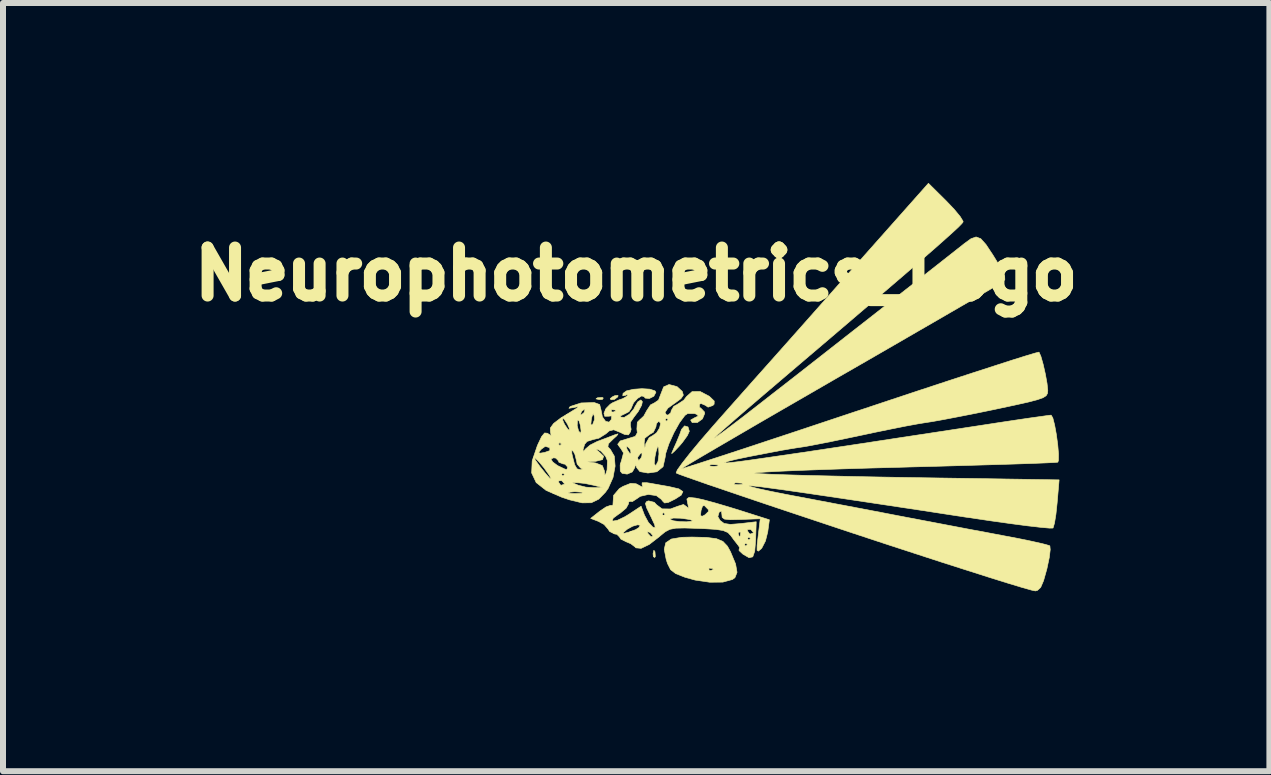
<source format=kicad_pcb>
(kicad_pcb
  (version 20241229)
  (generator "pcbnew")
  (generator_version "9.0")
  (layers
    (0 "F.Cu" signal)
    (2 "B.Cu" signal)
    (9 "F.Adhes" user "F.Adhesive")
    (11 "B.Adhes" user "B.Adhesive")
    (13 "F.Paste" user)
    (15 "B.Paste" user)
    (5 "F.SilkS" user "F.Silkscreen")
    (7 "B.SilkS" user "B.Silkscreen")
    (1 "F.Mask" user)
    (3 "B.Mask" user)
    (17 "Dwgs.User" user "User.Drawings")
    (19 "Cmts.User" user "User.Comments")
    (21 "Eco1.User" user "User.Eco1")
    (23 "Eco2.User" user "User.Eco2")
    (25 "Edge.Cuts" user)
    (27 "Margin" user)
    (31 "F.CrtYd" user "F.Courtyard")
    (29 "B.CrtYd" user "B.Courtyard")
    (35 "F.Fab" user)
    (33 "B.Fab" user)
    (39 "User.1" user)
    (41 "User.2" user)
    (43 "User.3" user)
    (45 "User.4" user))
  (footprint "Neurophotometrics_Logo"
    (layer "F.Cu")
    (at 9.203 3.716)
    (property "Reference" "Neurophotometrics_Logo" (at -1.65 -2.2 0) (layer "F.SilkS") (effects (font (size 0.8 0.8) (thickness 0.2))))
    (attr through_hole)
    (fp_poly (pts (xy -2.198 -0.132) (xy -2.213 -0.109) (xy -2.265 -0.106) (xy -2.319 -0.118) (xy -2.296 -0.136) (xy -2.216 -0.142) (xy -2.198 -0.132)) (stroke (width 0.01) (type solid)) (fill yes) (layer "F.SilkS"))
    (fp_poly (pts (xy -1.337 2.429) (xy -1.331 2.508) (xy -1.341 2.526) (xy -1.364 2.511) (xy -1.368 2.46) (xy -1.355 2.405) (xy -1.337 2.429)) (stroke (width 0.01) (type solid)) (fill yes) (layer "F.SilkS"))
    (fp_poly (pts (xy -1.956 -0.152) (xy -2.01 -0.11) (xy -2.069 -0.103) (xy -2.083 -0.122) (xy -2.043 -0.154) (xy -2.004 -0.172) (xy -1.952 -0.175) (xy -1.956 -0.152)) (stroke (width 0.01) (type solid)) (fill yes) (layer "F.SilkS"))
    (fp_poly (pts (xy -0.786 0.35) (xy -0.764 0.422) (xy -0.797 0.494) (xy -0.877 0.605) (xy -0.923 0.66) (xy -1.01 0.753) (xy -1.056 0.794) (xy -1.058 0.787) (xy -1.023 0.705) (xy -0.98 0.61) (xy -0.925 0.477) (xy -0.894 0.39) (xy -0.843 0.332) (xy -0.786 0.35)) (stroke (width 0.01) (type solid)) (fill yes) (layer "F.SilkS"))
    (fp_poly (pts (xy -0.477 2.191) (xy -0.313 2.212) (xy -0.204 2.258) (xy -0.129 2.337) (xy -0.078 2.43) (xy 0.007 2.634) (xy 0.031 2.773) (xy -0.004 2.862) (xy -0.047 2.893) (xy -0.206 2.936) (xy -0.424 2.938) (xy -0.668 2.902) (xy -0.837 2.855) (xy -0.99 2.795) (xy -1.076 2.729) (xy -1.086 2.709) (xy -0.44 2.709) (xy -0.433 2.74) (xy -0.406 2.743) (xy -0.365 2.725) (xy -0.373 2.709) (xy -0.433 2.703) (xy -0.44 2.709) (xy -1.086 2.709) (xy -1.128 2.626) (xy -1.151 2.553) (xy -1.182 2.389) (xy -1.157 2.281) (xy -1.064 2.218) (xy -0.891 2.189) (xy -0.72 2.185) (xy -0.477 2.191)) (stroke (width 0.01) (type solid)) (fill yes) (layer "F.SilkS"))
    (fp_poly (pts (xy -0.969 -0.322) (xy -0.881 -0.241) (xy -0.864 -0.18) (xy -0.904 -0.122) (xy -1.002 -0.049) (xy -1.016 -0.04) (xy -1.122 0.037) (xy -1.169 0.107) (xy -1.147 0.148) (xy -1.118 0.152) (xy -1.072 0.112) (xy -1.067 0.08) (xy -1.024 0.007) (xy -0.965 -0.025) (xy -0.857 -0.096) (xy -0.811 -0.156) (xy -0.718 -0.239) (xy -0.584 -0.241) (xy -0.431 -0.161) (xy -0.428 -0.158) (xy -0.349 -0.082) (xy -0.351 -0.029) (xy -0.373 -0.007) (xy -0.452 0.02) (xy -0.498 -0.011) (xy -0.568 -0.041) (xy -0.596 -0.028) (xy -0.595 0.022) (xy -0.572 0.037) (xy -0.512 0.1) (xy -0.508 0.125) (xy -0.545 0.215) (xy -0.629 0.276) (xy -0.715 0.277) (xy -0.718 0.275) (xy -0.742 0.235) (xy -0.682 0.2) (xy -0.614 0.168) (xy -0.639 0.141) (xy -0.677 0.126) (xy -0.792 0.126) (xy -0.838 0.158) (xy -0.927 0.278) (xy -1.022 0.448) (xy -1.104 0.63) (xy -1.157 0.789) (xy -1.168 0.861) (xy -1.202 1.013) (xy -1.306 1.097) (xy -1.454 1.118) (xy -1.588 1.094) (xy -1.641 1.029) (xy -1.661 0.971) (xy -1.67 1.011) (xy -1.671 1.023) (xy -1.714 1.099) (xy -1.8 1.136) (xy -1.884 1.123) (xy -1.915 1.085) (xy -1.917 0.984) (xy -1.912 0.965) (xy -1.349 0.965) (xy -1.324 0.992) (xy -1.32 0.99) (xy -1.285 0.922) (xy -1.27 0.802) (xy -1.27 0.801) (xy -1.276 0.689) (xy -1.293 0.677) (xy -1.32 0.764) (xy -1.338 0.853) (xy -1.349 0.965) (xy -1.912 0.965) (xy -1.889 0.89) (xy -1.883 0.867) (xy -1.626 0.867) (xy -1.609 0.913) (xy -1.572 0.872) (xy -1.555 0.836) (xy -1.552 0.783) (xy -1.575 0.788) (xy -1.624 0.853) (xy -1.626 0.867) (xy -1.883 0.867) (xy -1.861 0.783) (xy -1.905 0.711) (xy -1.907 0.709) (xy -1.939 0.666) (xy -1.814 0.666) (xy -1.804 0.716) (xy -1.8 0.726) (xy -1.76 0.788) (xy -1.737 0.789) (xy -1.743 0.735) (xy -1.772 0.698) (xy -1.814 0.666) (xy -1.939 0.666) (xy -1.958 0.638) (xy -1.942 0.618) (xy -1.517 0.618) (xy -1.51 0.698) (xy -1.5 0.68) (xy -1.489 0.627) (xy -1.434 0.529) (xy -1.376 0.495) (xy -1.31 0.448) (xy -1.26 0.367) (xy -1.242 0.29) (xy -1.272 0.254) (xy -1.275 0.254) (xy -1.313 0.296) (xy -1.321 0.35) (xy -1.364 0.439) (xy -1.422 0.472) (xy -1.505 0.536) (xy -1.517 0.618) (xy -1.942 0.618) (xy -1.915 0.583) (xy -1.774 0.54) (xy -1.773 0.54) (xy -1.664 0.506) (xy -1.631 0.446) (xy -1.638 0.384) (xy -1.631 0.272) (xy -1.592 0.232) (xy -1.588 0.229) (xy -1.168 0.229) (xy -1.143 0.254) (xy -1.118 0.229) (xy -1.143 0.203) (xy -1.168 0.229) (xy -1.588 0.229) (xy -1.523 0.168) (xy -1.474 0.078) (xy -1.411 -0.018) (xy -1.346 -0.051) (xy -1.278 -0.097) (xy -1.237 -0.203) (xy -1.192 -0.318) (xy -1.108 -0.355) (xy -1.096 -0.356) (xy -0.969 -0.322)) (stroke (width 0.01) (type solid)) (fill yes) (layer "F.SilkS"))
    (fp_poly (pts (xy -1.417 1.288) (xy -1.25 1.318) (xy -1.105 1.343) (xy -0.938 1.382) (xy -0.871 1.428) (xy -0.9 1.487) (xy -0.996 1.549) (xy -1.114 1.608) (xy -1.177 1.617) (xy -1.216 1.578) (xy -1.226 1.56) (xy -1.314 1.494) (xy -1.448 1.475) (xy -1.581 1.506) (xy -1.641 1.547) (xy -1.714 1.594) (xy -1.747 1.589) (xy -1.774 1.6) (xy -1.778 1.632) (xy -1.818 1.704) (xy -1.917 1.787) (xy -1.941 1.802) (xy -2.032 1.869) (xy -2.05 1.913) (xy -2.04 1.919) (xy -1.963 1.906) (xy -1.84 1.847) (xy -1.772 1.806) (xy -1.568 1.671) (xy -1.512 1.819) (xy -1.446 1.942) (xy -1.373 2.019) (xy -1.333 2.031) (xy -1.341 1.981) (xy -1.387 1.883) (xy -1.085 1.883) (xy -1.085 1.891) (xy -1.029 1.914) (xy -0.923 1.928) (xy -0.808 1.931) (xy -0.726 1.922) (xy -0.711 1.91) (xy -0.756 1.893) (xy -0.868 1.876) (xy -0.91 1.871) (xy -1.029 1.868) (xy -1.085 1.883) (xy -1.387 1.883) (xy -1.398 1.858) (xy -1.409 1.836) (xy -1.412 1.831) (xy -0.578 1.831) (xy -0.543 1.837) (xy -0.502 1.814) (xy -0.444 1.758) (xy -0.446 1.729) (xy -0.509 1.664) (xy -0.513 1.659) (xy -0.544 1.668) (xy -0.569 1.743) (xy -0.578 1.831) (xy -1.412 1.831) (xy -1.425 1.803) (xy -1.219 1.803) (xy -1.194 1.829) (xy -1.168 1.803) (xy -1.194 1.778) (xy -1.219 1.803) (xy -1.425 1.803) (xy -1.476 1.697) (xy -1.496 1.624) (xy -1.473 1.591) (xy -1.442 1.582) (xy -1.348 1.606) (xy -1.311 1.646) (xy -1.219 1.715) (xy -1.079 1.717) (xy -0.955 1.671) (xy -0.861 1.642) (xy -0.803 1.684) (xy -0.776 1.707) (xy -0.788 1.637) (xy -0.79 1.631) (xy -0.805 1.551) (xy -0.77 1.524) (xy -0.662 1.535) (xy -0.65 1.537) (xy -0.528 1.564) (xy -0.339 1.615) (xy -0.112 1.682) (xy 0.048 1.731) (xy 0.57 1.897) (xy 0.543 2.098) (xy 0.505 2.25) (xy 0.445 2.367) (xy 0.432 2.382) (xy 0.386 2.42) (xy 0.365 2.405) (xy 0.366 2.322) (xy 0.383 2.172) (xy 0.418 1.88) (xy 0.095 1.892) (xy -0.081 1.896) (xy -0.178 1.886) (xy -0.217 1.857) (xy -0.221 1.811) (xy -0.229 1.75) (xy -0.267 1.77) (xy -0.289 1.844) (xy -0.251 1.909) (xy -0.185 1.958) (xy -0.081 1.974) (xy 0.085 1.961) (xy 0.351 1.93) (xy 0.341 2.235) (xy 0.326 2.421) (xy 0.293 2.515) (xy 0.231 2.529) (xy 0.131 2.471) (xy 0.124 2.465) (xy 0.064 2.409) (xy 0.066 2.389) (xy 0.074 2.358) (xy 0.051 2.324) (xy 0.041 2.311) (xy 0.152 2.311) (xy 0.178 2.337) (xy 0.203 2.311) (xy 0.178 2.286) (xy 0.152 2.311) (xy 0.041 2.311) (xy -0.022 2.231) (xy -0.037 2.21) (xy 0.203 2.21) (xy 0.229 2.235) (xy 0.254 2.21) (xy 0.229 2.184) (xy 0.203 2.21) (xy -0.037 2.21) (xy -0.074 2.159) (xy -0.098 2.134) (xy 0.051 2.134) (xy 0.069 2.175) (xy 0.085 2.167) (xy 0.091 2.107) (xy 0.085 2.1) (xy 0.054 2.107) (xy 0.051 2.134) (xy -0.098 2.134) (xy -0.121 2.11) (xy -0.191 2.08) (xy 0.203 2.08) (xy 0.24 2.132) (xy 0.254 2.134) (xy 0.303 2.116) (xy 0.305 2.111) (xy 0.269 2.068) (xy 0.254 2.057) (xy 0.207 2.061) (xy 0.203 2.08) (xy -0.191 2.08) (xy -0.196 2.077) (xy -0.321 2.057) (xy -0.516 2.045) (xy -0.618 2.041) (xy -0.841 2.034) (xy -0.989 2.037) (xy -1.088 2.056) (xy -1.165 2.096) (xy -1.246 2.162) (xy -1.266 2.18) (xy -1.433 2.309) (xy -1.567 2.373) (xy -1.655 2.365) (xy -1.67 2.349) (xy -1.74 2.296) (xy -1.816 2.264) (xy -1.905 2.219) (xy -1.93 2.181) (xy -1.972 2.139) (xy -2.008 2.134) (xy -2.045 2.116) (xy -1.871 2.116) (xy -1.85 2.123) (xy -1.778 2.105) (xy -1.757 2.097) (xy -1.465 2.097) (xy -1.453 2.126) (xy -1.402 2.18) (xy -1.372 2.169) (xy -1.372 2.162) (xy -1.408 2.119) (xy -1.43 2.103) (xy -1.465 2.097) (xy -1.757 2.097) (xy -1.662 2.063) (xy -1.603 2.026) (xy -1.583 1.987) (xy -1.628 1.981) (xy -1.708 2.004) (xy -1.794 2.051) (xy -1.806 2.06) (xy -1.871 2.116) (xy -2.045 2.116) (xy -2.092 2.092) (xy -2.117 2.054) (xy -2.184 1.976) (xy -2.278 1.924) (xy -2.408 1.874) (xy -2.258 1.755) (xy -2.152 1.683) (xy -2.078 1.657) (xy -2.069 1.66) (xy -2.036 1.652) (xy -2.037 1.642) (xy -2.027 1.491) (xy -1.931 1.378) (xy -1.87 1.341) (xy -1.743 1.29) (xy -1.651 1.297) (xy -1.611 1.318) (xy -1.544 1.354) (xy -1.546 1.327) (xy -1.551 1.318) (xy -1.551 1.28) (xy -1.473 1.279) (xy -1.417 1.288)) (stroke (width 0.01) (type solid)) (fill yes) (layer "F.SilkS"))
    (fp_poly (pts (xy 3.517 -3.418) (xy 3.652 -3.276) (xy 3.751 -3.156) (xy 3.797 -3.08) (xy 3.799 -3.068) (xy 3.78 -3.042) (xy 3.728 -2.988) (xy 3.638 -2.904) (xy 3.506 -2.785) (xy 3.329 -2.628) (xy 3.101 -2.43) (xy 2.819 -2.186) (xy 2.477 -1.893) (xy 2.073 -1.548) (xy 1.601 -1.145) (xy 1.058 -0.683) (xy 0.8 -0.463) (xy 0.51 -0.216) (xy 0.246 0.01) (xy 0.019 0.206) (xy -0.163 0.365) (xy -0.289 0.476) (xy -0.351 0.534) (xy -0.356 0.539) (xy -0.318 0.517) (xy -0.215 0.443) (xy -0.06 0.327) (xy 0.133 0.18) (xy 0.216 0.115) (xy 0.404 -0.031) (xy 0.647 -0.221) (xy 0.934 -0.444) (xy 1.252 -0.693) (xy 1.593 -0.96) (xy 1.944 -1.235) (xy 2.296 -1.51) (xy 2.636 -1.777) (xy 2.955 -2.026) (xy 3.241 -2.251) (xy 3.484 -2.442) (xy 3.672 -2.59) (xy 3.795 -2.687) (xy 3.821 -2.708) (xy 3.93 -2.787) (xy 4.015 -2.817) (xy 4.093 -2.788) (xy 4.18 -2.691) (xy 4.294 -2.519) (xy 4.352 -2.425) (xy 4.447 -2.262) (xy 4.492 -2.163) (xy 4.494 -2.105) (xy 4.459 -2.066) (xy 4.454 -2.063) (xy 4.395 -2.028) (xy 4.257 -1.947) (xy 4.047 -1.824) (xy 3.772 -1.665) (xy 3.441 -1.473) (xy 3.062 -1.254) (xy 2.642 -1.011) (xy 2.19 -0.75) (xy 1.729 -0.485) (xy 1.257 -0.212) (xy 0.812 0.045) (xy 0.401 0.283) (xy 0.034 0.497) (xy -0.283 0.682) (xy -0.543 0.834) (xy -0.737 0.949) (xy -0.858 1.022) (xy -0.898 1.049) (xy -0.898 1.049) (xy -0.85 1.035) (xy -0.74 1.001) (xy -0.425 1.001) (xy -0.356 1.008) (xy -0.283 1) (xy -0.292 0.982) (xy -0.396 0.976) (xy -0.419 0.982) (xy -0.425 1.001) (xy -0.74 1.001) (xy -0.712 0.992) (xy -0.496 0.922) (xy -0.207 0.828) (xy 0.144 0.713) (xy 0.551 0.578) (xy 1.004 0.428) (xy 1.496 0.264) (xy 2.018 0.09) (xy 2.077 0.071) (xy 2.602 -0.104) (xy 3.099 -0.269) (xy 3.558 -0.42) (xy 3.971 -0.555) (xy 4.33 -0.671) (xy 4.627 -0.767) (xy 4.854 -0.838) (xy 5.002 -0.882) (xy 5.063 -0.897) (xy 5.064 -0.897) (xy 5.095 -0.828) (xy 5.133 -0.694) (xy 5.17 -0.531) (xy 5.198 -0.375) (xy 5.21 -0.26) (xy 5.21 -0.255) (xy 5.205 -0.209) (xy 5.183 -0.171) (xy 5.132 -0.138) (xy 5.036 -0.104) (xy 4.883 -0.064) (xy 4.659 -0.014) (xy 4.35 0.052) (xy 4.318 0.059) (xy 4.012 0.122) (xy 3.722 0.179) (xy 3.472 0.227) (xy 3.282 0.261) (xy 3.191 0.275) (xy 3.059 0.296) (xy 2.851 0.334) (xy 2.591 0.386) (xy 2.303 0.445) (xy 2.15 0.478) (xy 1.86 0.539) (xy 1.59 0.595) (xy 1.361 0.64) (xy 1.197 0.671) (xy 1.143 0.68) (xy 1.023 0.698) (xy 0.905 0.717) (xy 0.766 0.741) (xy 0.583 0.776) (xy 0.333 0.824) (xy 0.205 0.849) (xy 0.019 0.888) (xy -0.114 0.921) (xy -0.175 0.944) (xy -0.173 0.95) (xy -0.142 0.95) (xy -0.067 0.943) (xy 0.058 0.928) (xy 0.236 0.904) (xy 0.473 0.87) (xy 0.775 0.826) (xy 1.146 0.772) (xy 1.591 0.705) (xy 2.115 0.626) (xy 2.723 0.533) (xy 3.421 0.427) (xy 4.213 0.306) (xy 4.394 0.278) (xy 4.673 0.236) (xy 4.918 0.2) (xy 5.111 0.173) (xy 5.233 0.156) (xy 5.266 0.153) (xy 5.294 0.199) (xy 5.324 0.316) (xy 5.353 0.475) (xy 5.376 0.646) (xy 5.389 0.8) (xy 5.388 0.907) (xy 5.378 0.937) (xy 5.325 0.942) (xy 5.18 0.949) (xy 4.953 0.958) (xy 4.653 0.968) (xy 4.289 0.979) (xy 3.872 0.991) (xy 3.41 1.004) (xy 2.914 1.017) (xy 2.743 1.022) (xy 2.246 1.035) (xy 1.788 1.049) (xy 1.377 1.063) (xy 1.021 1.076) (xy 0.729 1.089) (xy 0.509 1.101) (xy 0.371 1.111) (xy 0.322 1.119) (xy 0.33 1.122) (xy 0.421 1.13) (xy 0.603 1.139) (xy 0.864 1.148) (xy 1.194 1.158) (xy 1.582 1.167) (xy 2.017 1.177) (xy 2.487 1.186) (xy 2.966 1.194) (xy 5.399 1.232) (xy 5.366 1.617) (xy 5.346 1.806) (xy 5.322 1.953) (xy 5.299 2.031) (xy 5.296 2.035) (xy 5.238 2.036) (xy 5.092 2.023) (xy 4.873 1.998) (xy 4.592 1.961) (xy 4.263 1.915) (xy 3.899 1.861) (xy 3.835 1.852) (xy 3.118 1.742) (xy 2.495 1.648) (xy 1.962 1.568) (xy 1.512 1.501) (xy 1.139 1.446) (xy 0.839 1.403) (xy 0.606 1.371) (xy 0.434 1.348) (xy 0.316 1.335) (xy 0.249 1.33) (xy 0.226 1.332) (xy 0.265 1.348) (xy 0.388 1.379) (xy 0.578 1.42) (xy 0.817 1.468) (xy 0.953 1.494) (xy 1.255 1.551) (xy 1.623 1.621) (xy 2.024 1.697) (xy 2.423 1.773) (xy 2.718 1.83) (xy 3.091 1.901) (xy 3.491 1.977) (xy 3.884 2.052) (xy 4.238 2.118) (xy 4.47 2.162) (xy 4.733 2.212) (xy 4.959 2.259) (xy 5.131 2.298) (xy 5.229 2.325) (xy 5.245 2.332) (xy 5.251 2.395) (xy 5.235 2.527) (xy 5.198 2.703) (xy 5.194 2.72) (xy 5.14 2.912) (xy 5.092 3.024) (xy 5.038 3.074) (xy 5.004 3.083) (xy 4.938 3.069) (xy 4.785 3.026) (xy 4.553 2.956) (xy 4.251 2.862) (xy 3.887 2.746) (xy 3.47 2.613) (xy 3.009 2.463) (xy 2.512 2.301) (xy 1.988 2.128) (xy 1.981 2.126) (xy 1.459 1.952) (xy 0.964 1.787) (xy 0.507 1.634) (xy 0.096 1.495) (xy -0.262 1.373) (xy -0.459 1.306) (xy -0.019 1.306) (xy 0.051 1.313) (xy 0.123 1.305) (xy 0.114 1.287) (xy 0.01 1.28) (xy -0.013 1.287) (xy -0.019 1.306) (xy -0.459 1.306) (xy -0.557 1.272) (xy -0.782 1.193) (xy -0.927 1.141) (xy -0.984 1.117) (xy -0.984 1.117) (xy -0.965 1.068) (xy -0.885 0.956) (xy -0.754 0.789) (xy -0.58 0.579) (xy -0.371 0.337) (xy -0.222 0.168) (xy 0.006 -0.089) (xy 0.287 -0.406) (xy 0.607 -0.765) (xy 0.951 -1.152) (xy 1.304 -1.55) (xy 1.652 -1.943) (xy 1.902 -2.225) (xy 3.221 -3.711) (xy 3.517 -3.418)) (stroke (width 0.01) (type solid)) (fill yes) (layer "F.SilkS"))
    (fp_poly (pts (xy -1.423 -0.28) (xy -1.337 -0.252) (xy -1.321 -0.227) (xy -1.356 -0.162) (xy -1.431 -0.124) (xy -1.5 -0.131) (xy -1.516 -0.153) (xy -1.557 -0.168) (xy -1.627 -0.126) (xy -1.693 -0.054) (xy -1.727 0.023) (xy -1.727 0.03) (xy -1.77 0.095) (xy -1.833 0.128) (xy -1.907 0.163) (xy -1.916 0.184) (xy -1.849 0.191) (xy -1.761 0.137) (xy -1.687 0.047) (xy -1.674 0.018) (xy -1.623 -0.068) (xy -1.572 -0.101) (xy -1.547 -0.072) (xy -1.559 -0.013) (xy -1.616 0.093) (xy -1.684 0.182) (xy -1.743 0.268) (xy -1.747 0.319) (xy -1.734 0.388) (xy -1.745 0.431) (xy -1.779 0.482) (xy -1.841 0.476) (xy -1.917 0.44) (xy -2.024 0.397) (xy -2.098 0.415) (xy -2.155 0.464) (xy -2.271 0.537) (xy -2.366 0.559) (xy -2.468 0.591) (xy -2.509 0.639) (xy -2.537 0.734) (xy -2.527 0.757) (xy -2.494 0.717) (xy -2.418 0.652) (xy -2.293 0.589) (xy -2.278 0.584) (xy -2.131 0.529) (xy -2.01 0.482) (xy -2.007 0.481) (xy -1.952 0.465) (xy -1.973 0.497) (xy -2.032 0.55) (xy -2.113 0.63) (xy -2.121 0.682) (xy -2.08 0.724) (xy -2.014 0.837) (xy -2.001 1.003) (xy -2.036 1.193) (xy -2.117 1.374) (xy -2.162 1.438) (xy -2.275 1.554) (xy -2.397 1.613) (xy -2.551 1.615) (xy -2.759 1.565) (xy -2.893 1.52) (xy -3.051 1.451) (xy -2.783 1.451) (xy -2.722 1.459) (xy -2.667 1.46) (xy -2.562 1.456) (xy -2.535 1.445) (xy -2.552 1.438) (xy -2.674 1.429) (xy -2.755 1.437) (xy -2.783 1.451) (xy -3.051 1.451) (xy -3.153 1.406) (xy -3.317 1.276) (xy -3.321 1.267) (xy -2.946 1.267) (xy -2.91 1.319) (xy -2.896 1.321) (xy -2.846 1.303) (xy -2.845 1.298) (xy -2.862 1.277) (xy -2.718 1.277) (xy -2.616 1.321) (xy -2.489 1.353) (xy -2.362 1.362) (xy -2.21 1.36) (xy -2.362 1.321) (xy -2.507 1.291) (xy -2.616 1.28) (xy -2.718 1.277) (xy -2.862 1.277) (xy -2.88 1.255) (xy -2.896 1.245) (xy -2.942 1.249) (xy -2.946 1.267) (xy -3.321 1.267) (xy -3.392 1.116) (xy -3.383 0.914) (xy -3.366 0.864) (xy -3.34 0.864) (xy -3.332 0.9) (xy -3.255 1.008) (xy -3.157 1.13) (xy -3.085 1.21) (xy -3.066 1.215) (xy -3.097 1.156) (xy -3.106 1.143) (xy -2.896 1.143) (xy -2.87 1.168) (xy -2.845 1.143) (xy -2.87 1.118) (xy -2.896 1.143) (xy -3.106 1.143) (xy -3.176 1.045) (xy -3.178 1.041) (xy -3.266 0.934) (xy -3.315 0.884) (xy -3.07 0.884) (xy -3.042 0.933) (xy -2.96 0.994) (xy -2.843 1.05) (xy -2.807 1.063) (xy -2.794 1.028) (xy -2.794 1.016) (xy -2.835 0.971) (xy -2.87 0.965) (xy -2.938 0.938) (xy -2.946 0.914) (xy -2.988 0.87) (xy -3.026 0.864) (xy -3.07 0.884) (xy -3.315 0.884) (xy -3.327 0.87) (xy -3.34 0.864) (xy -3.366 0.864) (xy -3.336 0.776) (xy -3.278 0.776) (xy -3.248 0.787) (xy -3.176 0.775) (xy -3.087 0.744) (xy -3.088 0.733) (xy -2.725 0.733) (xy -2.722 0.792) (xy -2.712 0.838) (xy -2.675 0.981) (xy -2.637 1.047) (xy -2.584 1.063) (xy -2.575 1.063) (xy -2.545 1.051) (xy -2.578 1.033) (xy -2.634 0.967) (xy -2.641 0.93) (xy -2.464 0.93) (xy -2.324 0.951) (xy -2.214 0.994) (xy -2.179 1.083) (xy -2.173 1.154) (xy -2.157 1.133) (xy -2.135 1.067) (xy -2.129 0.913) (xy -2.158 0.841) (xy -2.236 0.754) (xy -2.29 0.724) (xy -2.314 0.729) (xy -2.273 0.762) (xy -2.193 0.838) (xy -2.211 0.895) (xy -2.323 0.922) (xy -2.324 0.922) (xy -2.464 0.93) (xy -2.641 0.93) (xy -2.642 0.923) (xy -2.671 0.807) (xy -2.695 0.762) (xy -2.725 0.733) (xy -3.088 0.733) (xy -3.091 0.699) (xy -3.096 0.694) (xy -3.165 0.673) (xy -3.231 0.72) (xy -3.278 0.776) (xy -3.336 0.776) (xy -3.296 0.658) (xy -3.295 0.656) (xy -3.285 0.635) (xy -2.946 0.635) (xy -2.921 0.66) (xy -2.896 0.635) (xy -2.921 0.61) (xy -2.946 0.635) (xy -3.285 0.635) (xy -3.227 0.512) (xy -3.176 0.45) (xy -3.128 0.455) (xy -3.116 0.464) (xy -3.067 0.494) (xy -3.076 0.443) (xy -3.079 0.436) (xy -3.081 0.368) (xy -3.026 0.292) (xy -2.909 0.203) (xy -2.874 0.203) (xy -2.873 0.241) (xy -2.845 0.305) (xy -2.792 0.385) (xy -2.765 0.406) (xy -2.765 0.369) (xy -2.784 0.328) (xy -2.633 0.328) (xy -2.61 0.417) (xy -2.574 0.457) (xy -2.568 0.414) (xy -2.581 0.318) (xy -2.582 0.313) (xy -2.406 0.313) (xy -2.378 0.315) (xy -2.377 0.314) (xy -2.344 0.227) (xy -2.347 0.17) (xy -2.366 0.127) (xy -2.387 0.178) (xy -2.397 0.22) (xy -2.406 0.313) (xy -2.582 0.313) (xy -2.606 0.239) (xy -2.629 0.241) (xy -2.629 0.243) (xy -2.633 0.328) (xy -2.784 0.328) (xy -2.794 0.305) (xy -2.846 0.225) (xy -2.874 0.203) (xy -2.909 0.203) (xy -2.902 0.198) (xy -2.822 0.149) (xy -2.578 0.149) (xy -2.571 0.152) (xy -2.525 0.117) (xy -2.515 0.102) (xy -2.502 0.054) (xy -2.509 0.051) (xy -2.555 0.087) (xy -2.565 0.102) (xy -2.578 0.149) (xy -2.822 0.149) (xy -2.721 0.087) (xy -2.627 0.03) (xy -2.618 0.012) (xy -2.689 0.025) (xy -2.692 0.026) (xy -2.77 0.039) (xy -2.757 0.017) (xy -2.743 0.007) (xy -2.569 -0.05) (xy -2.349 -0.057) (xy -2.259 -0.024) (xy -2.235 0.07) (xy -2.213 0.182) (xy -2.16 0.256) (xy -2.101 0.27) (xy -2.063 0.224) (xy -2.058 0.165) (xy -2.108 0.171) (xy -2.174 0.172) (xy -2.187 0.121) (xy -2.164 0.068) (xy -2.066 0.068) (xy -2.059 0.098) (xy -2.032 0.102) (xy -1.99 0.083) (xy -1.998 0.068) (xy -2.058 0.062) (xy -2.066 0.068) (xy -2.164 0.068) (xy -2.154 0.044) (xy -2.082 -0.029) (xy -2.045 -0.052) (xy -1.935 -0.101) (xy -1.871 -0.123) (xy -1.809 -0.159) (xy -1.795 -0.173) (xy -1.789 -0.195) (xy -1.823 -0.179) (xy -1.873 -0.169) (xy -1.869 -0.209) (xy -1.812 -0.251) (xy -1.695 -0.278) (xy -1.554 -0.288) (xy -1.423 -0.28)) (stroke (width 0.01) (type solid)) (fill yes) (layer "F.SilkS")))
  (gr_rect
    (start -3 -3)
    (end 18.107 9.804)
    (stroke (width 0.1) (type default))
    (fill no)
    (layer "Edge.Cuts")))
</source>
